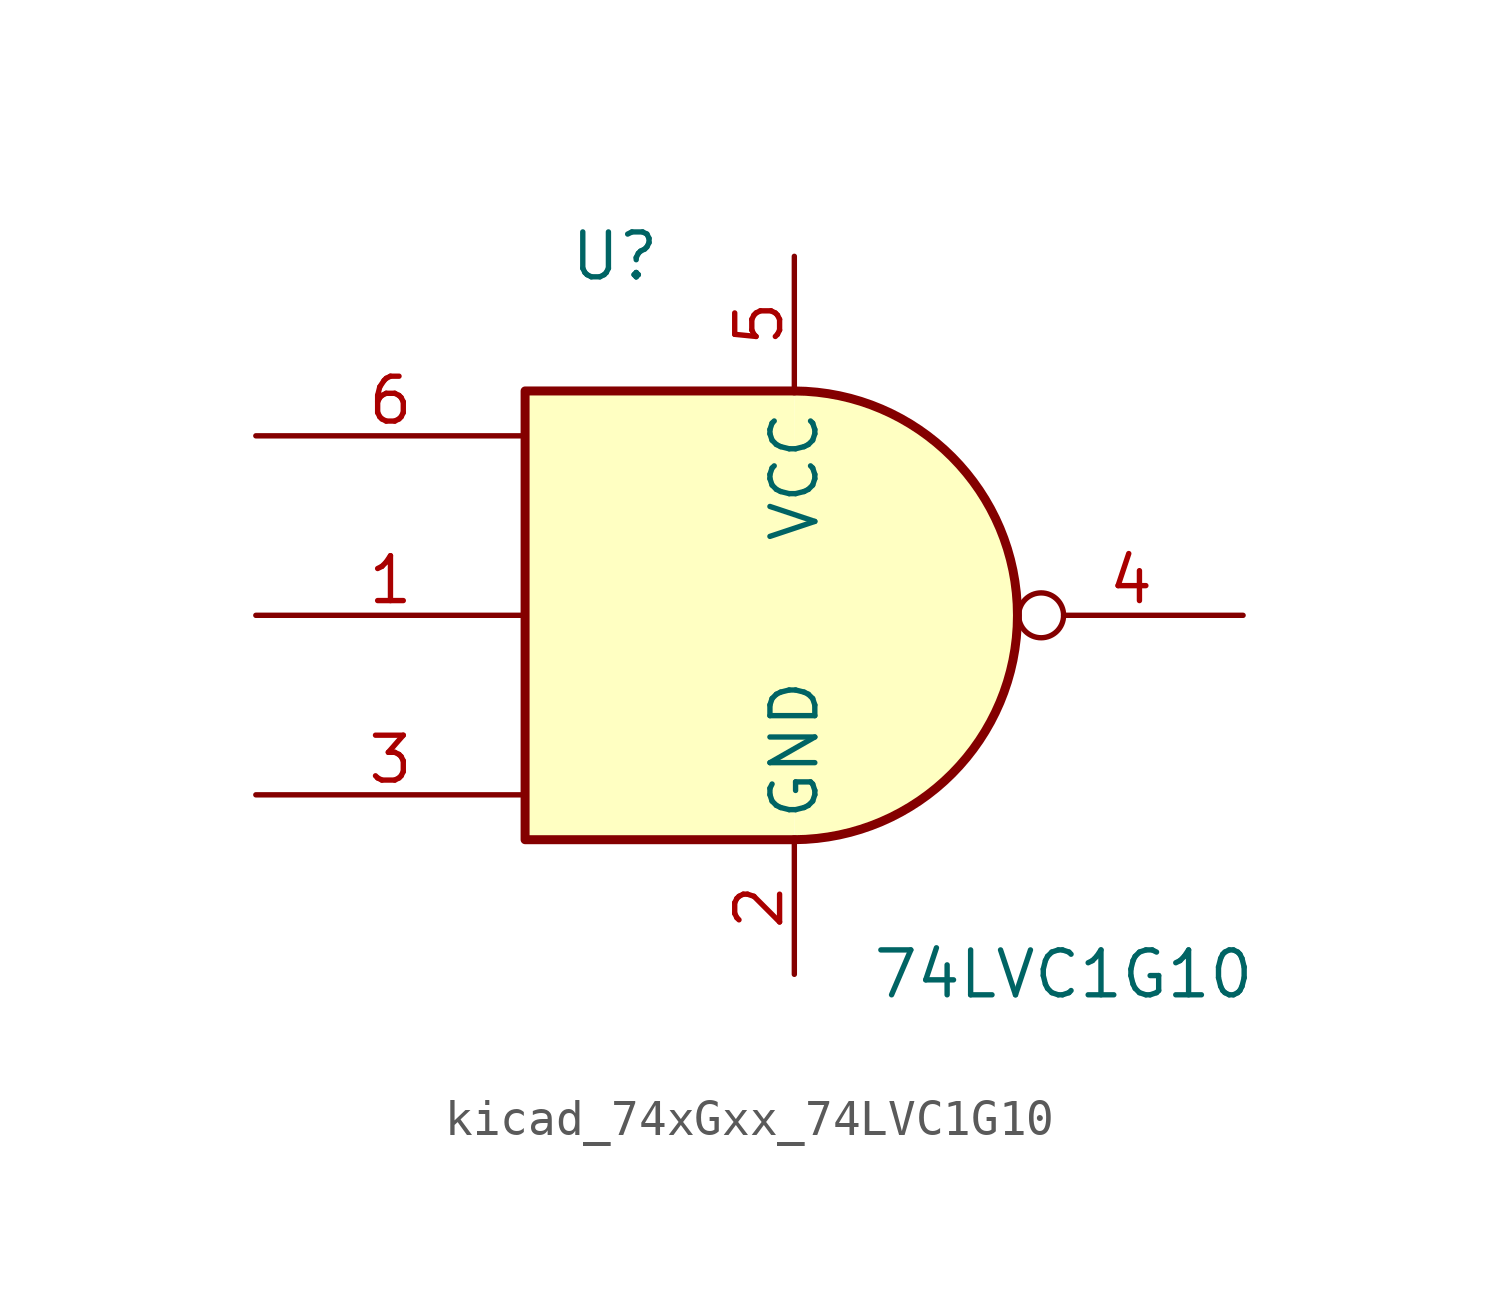
<source format=kicad_sym>
(kicad_symbol_lib
  (version 20220914)
  (generator kicad_symbol_editor)
  (symbol "kicad_74xGxx_74LVC1G10"
    (property "Reference" "U"
      (at -5.08 10.16 0)
      (effects (font (size 1.27 1.27))))
    (property "Value" "74LVC1G10"
      (at 7.62 -10.16 0)
      (effects (font (size 1.27 1.27))))
    (symbol "kicad_74xGxx_74LVC1G10_0_1"
      (arc (start 0 -6.35) (mid 6.3224 0) (end 0 6.35) (stroke (width 0.254) (type default)) (fill (type background)))
      (polyline (pts (xy 0 -6.35) (xy -7.62 -6.35) (xy -7.62 6.35) (xy 0 6.35)) (stroke (width 0.254) (type default)) (fill (type background))))
    (symbol "kicad_74xGxx_74LVC1G10_1_1"
      (pin input line (at -15.24 0 0) (length 7.62) (name "~" (effects (font (size 1.27 1.27)))) (number "1" (effects (font (size 1.27 1.27)))))
      (pin power_in line (at 0 -10.16 90) (length 3.81) (name "GND" (effects (font (size 1.27 1.27)))) (number "2" (effects (font (size 1.27 1.27)))))
      (pin input line (at -15.24 -5.08 0) (length 7.62) (name "~" (effects (font (size 1.27 1.27)))) (number "3" (effects (font (size 1.27 1.27)))))
      (pin output inverted (at 12.7 0 180) (length 6.35) (name "~" (effects (font (size 1.27 1.27)))) (number "4" (effects (font (size 1.27 1.27)))))
      (pin power_in line (at 0 10.16 270) (length 3.81) (name "VCC" (effects (font (size 1.27 1.27)))) (number "5" (effects (font (size 1.27 1.27)))))
      (pin input line (at -15.24 5.08 0) (length 7.62) (name "~" (effects (font (size 1.27 1.27)))) (number "6" (effects (font (size 1.27 1.27))))))))
</source>
